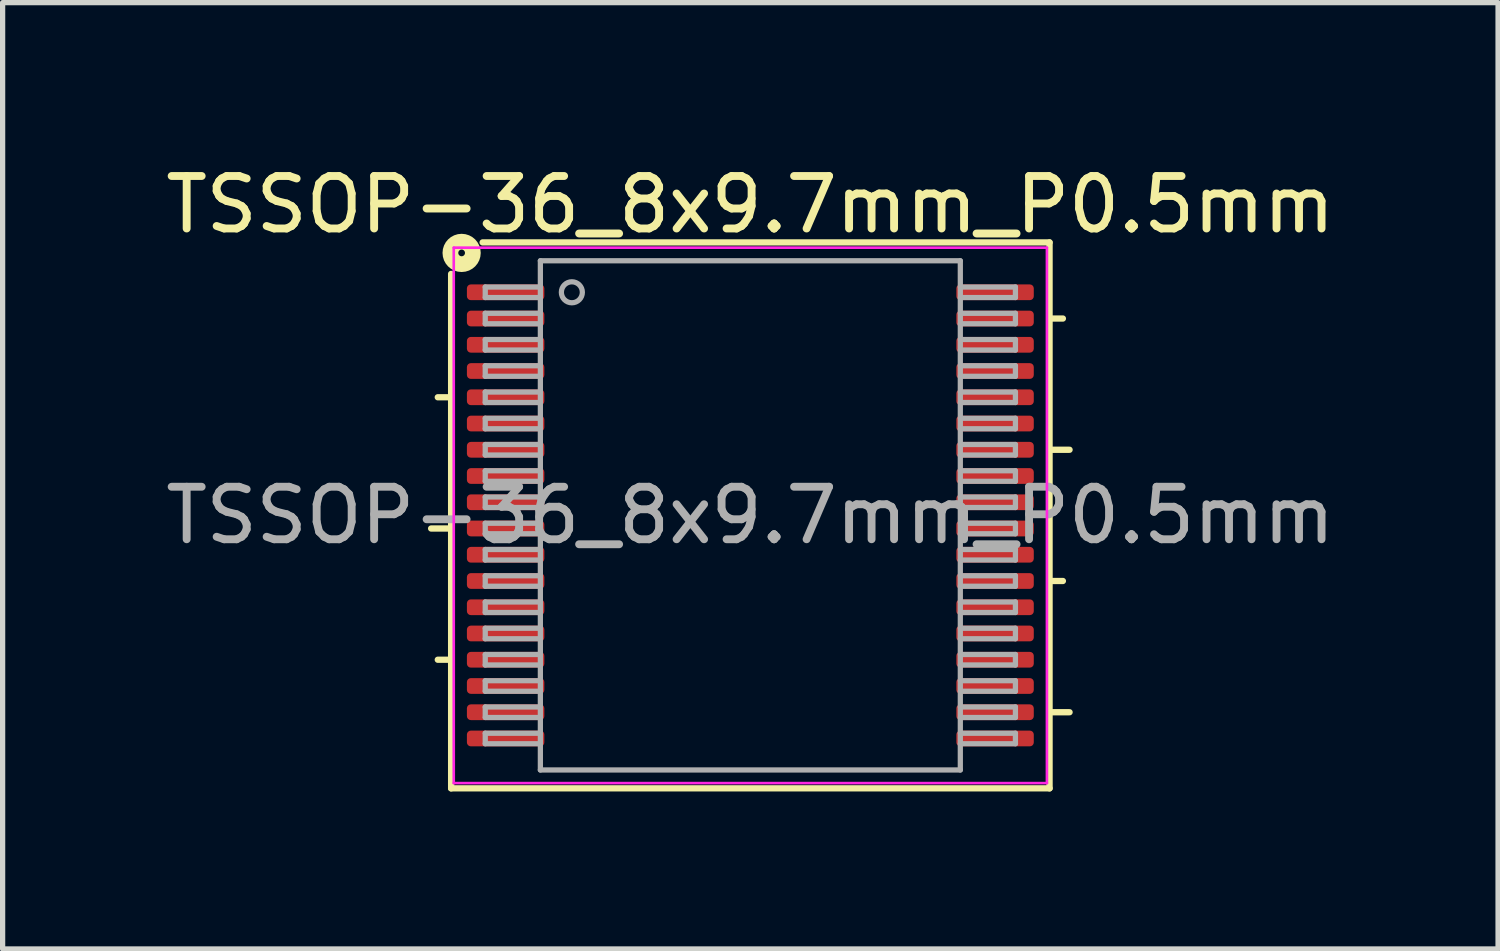
<source format=kicad_pcb>
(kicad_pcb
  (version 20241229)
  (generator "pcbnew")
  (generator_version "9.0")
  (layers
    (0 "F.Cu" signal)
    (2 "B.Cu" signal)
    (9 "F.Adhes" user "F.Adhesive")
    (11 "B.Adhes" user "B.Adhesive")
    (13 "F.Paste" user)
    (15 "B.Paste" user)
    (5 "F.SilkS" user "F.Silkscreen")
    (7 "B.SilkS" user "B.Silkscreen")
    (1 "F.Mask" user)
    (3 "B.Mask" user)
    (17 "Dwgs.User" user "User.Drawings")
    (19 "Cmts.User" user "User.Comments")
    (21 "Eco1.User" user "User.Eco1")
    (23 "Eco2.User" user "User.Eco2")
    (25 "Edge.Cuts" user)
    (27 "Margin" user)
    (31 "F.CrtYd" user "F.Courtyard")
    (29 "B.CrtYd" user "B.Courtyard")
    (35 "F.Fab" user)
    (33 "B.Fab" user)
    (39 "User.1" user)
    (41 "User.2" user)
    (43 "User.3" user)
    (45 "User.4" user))
  (footprint "TSSOP-36_8x9.7mm_P0.5mm"
    (layer "F.Cu")
    (at 11.244 6.768)
    (property "Reference" "TSSOP-36_8x9.7mm_P0.5mm" (at 0 -5.92 0) (layer "F.SilkS") (effects (font (size 1 1) (thickness 0.15))))
    (attr smd)
    (fp_line (start -5.7 -4.6) (end -5.7 5.2) (stroke (width 0.12) (type solid)) (layer "F.SilkS"))
    (fp_line (start -5.7 -2.25) (end -5.954 -2.25) (stroke (width 0.12) (type solid)) (layer "F.SilkS"))
    (fp_line (start -5.7 0.25) (end -6.081 0.25) (stroke (width 0.12) (type solid)) (layer "F.SilkS"))
    (fp_line (start -5.7 2.75) (end -5.954 2.75) (stroke (width 0.12) (type solid)) (layer "F.SilkS"))
    (fp_line (start -5.7 5.2) (end 5.7 5.2) (stroke (width 0.12) (type solid)) (layer "F.SilkS"))
    (fp_line (start 5.7 -5.2) (end -5.1 -5.2) (stroke (width 0.12) (type solid)) (layer "F.SilkS"))
    (fp_line (start 5.7 -3.75) (end 5.954 -3.75) (stroke (width 0.12) (type solid)) (layer "F.SilkS"))
    (fp_line (start 5.7 -1.25) (end 6.081 -1.25) (stroke (width 0.12) (type solid)) (layer "F.SilkS"))
    (fp_line (start 5.7 1.25) (end 5.954 1.25) (stroke (width 0.12) (type solid)) (layer "F.SilkS"))
    (fp_line (start 5.7 3.75) (end 6.081 3.75) (stroke (width 0.12) (type solid)) (layer "F.SilkS"))
    (fp_line (start 5.7 5.2) (end 5.7 -5.2) (stroke (width 0.12) (type solid)) (layer "F.SilkS"))
    (fp_circle (center -5.5 -5) (end -5.436 -5) (stroke (width 0.3) (type solid)) (fill no) (layer "F.SilkS"))
    (fp_line (start -5.65 -5.1) (end -5.65 5.1) (stroke (width 0.05) (type solid)) (layer "F.CrtYd"))
    (fp_line (start -5.65 5.1) (end 5.65 5.1) (stroke (width 0.05) (type solid)) (layer "F.CrtYd"))
    (fp_line (start 5.65 -5.1) (end -5.65 -5.1) (stroke (width 0.05) (type solid)) (layer "F.CrtYd"))
    (fp_line (start 5.65 5.1) (end 5.65 -5.1) (stroke (width 0.05) (type solid)) (layer "F.CrtYd"))
    (fp_line (start -5.05 -4.35) (end -5.05 -4.15) (stroke (width 0.1) (type solid)) (layer "F.Fab"))
    (fp_line (start -5.05 -4.35) (end -4 -4.35) (stroke (width 0.1) (type solid)) (layer "F.Fab"))
    (fp_line (start -5.05 -4.15) (end -4 -4.15) (stroke (width 0.1) (type solid)) (layer "F.Fab"))
    (fp_line (start -5.05 -3.85) (end -5.05 -3.65) (stroke (width 0.1) (type solid)) (layer "F.Fab"))
    (fp_line (start -5.05 -3.85) (end -4 -3.85) (stroke (width 0.1) (type solid)) (layer "F.Fab"))
    (fp_line (start -5.05 -3.65) (end -4 -3.65) (stroke (width 0.1) (type solid)) (layer "F.Fab"))
    (fp_line (start -5.05 -3.35) (end -5.05 -3.15) (stroke (width 0.1) (type solid)) (layer "F.Fab"))
    (fp_line (start -5.05 -3.35) (end -4 -3.35) (stroke (width 0.1) (type solid)) (layer "F.Fab"))
    (fp_line (start -5.05 -3.15) (end -4 -3.15) (stroke (width 0.1) (type solid)) (layer "F.Fab"))
    (fp_line (start -5.05 -2.85) (end -5.05 -2.65) (stroke (width 0.1) (type solid)) (layer "F.Fab"))
    (fp_line (start -5.05 -2.85) (end -4 -2.85) (stroke (width 0.1) (type solid)) (layer "F.Fab"))
    (fp_line (start -5.05 -2.65) (end -4 -2.65) (stroke (width 0.1) (type solid)) (layer "F.Fab"))
    (fp_line (start -5.05 -2.35) (end -5.05 -2.15) (stroke (width 0.1) (type solid)) (layer "F.Fab"))
    (fp_line (start -5.05 -2.35) (end -4 -2.35) (stroke (width 0.1) (type solid)) (layer "F.Fab"))
    (fp_line (start -5.05 -2.15) (end -4 -2.15) (stroke (width 0.1) (type solid)) (layer "F.Fab"))
    (fp_line (start -5.05 -1.85) (end -5.05 -1.65) (stroke (width 0.1) (type solid)) (layer "F.Fab"))
    (fp_line (start -5.05 -1.85) (end -4 -1.85) (stroke (width 0.1) (type solid)) (layer "F.Fab"))
    (fp_line (start -5.05 -1.65) (end -4 -1.65) (stroke (width 0.1) (type solid)) (layer "F.Fab"))
    (fp_line (start -5.05 -1.35) (end -5.05 -1.15) (stroke (width 0.1) (type solid)) (layer "F.Fab"))
    (fp_line (start -5.05 -1.35) (end -4 -1.35) (stroke (width 0.1) (type solid)) (layer "F.Fab"))
    (fp_line (start -5.05 -1.15) (end -4 -1.15) (stroke (width 0.1) (type solid)) (layer "F.Fab"))
    (fp_line (start -5.05 -0.85) (end -5.05 -0.65) (stroke (width 0.1) (type solid)) (layer "F.Fab"))
    (fp_line (start -5.05 -0.85) (end -4 -0.85) (stroke (width 0.1) (type solid)) (layer "F.Fab"))
    (fp_line (start -5.05 -0.65) (end -4 -0.65) (stroke (width 0.1) (type solid)) (layer "F.Fab"))
    (fp_line (start -5.05 -0.35) (end -5.05 -0.15) (stroke (width 0.1) (type solid)) (layer "F.Fab"))
    (fp_line (start -5.05 -0.35) (end -4 -0.35) (stroke (width 0.1) (type solid)) (layer "F.Fab"))
    (fp_line (start -5.05 -0.15) (end -4 -0.15) (stroke (width 0.1) (type solid)) (layer "F.Fab"))
    (fp_line (start -5.05 0.15) (end -5.05 0.35) (stroke (width 0.1) (type solid)) (layer "F.Fab"))
    (fp_line (start -5.05 0.15) (end -4 0.15) (stroke (width 0.1) (type solid)) (layer "F.Fab"))
    (fp_line (start -5.05 0.35) (end -4 0.35) (stroke (width 0.1) (type solid)) (layer "F.Fab"))
    (fp_line (start -5.05 0.65) (end -5.05 0.85) (stroke (width 0.1) (type solid)) (layer "F.Fab"))
    (fp_line (start -5.05 0.65) (end -4 0.65) (stroke (width 0.1) (type solid)) (layer "F.Fab"))
    (fp_line (start -5.05 0.85) (end -4 0.85) (stroke (width 0.1) (type solid)) (layer "F.Fab"))
    (fp_line (start -5.05 1.15) (end -5.05 1.35) (stroke (width 0.1) (type solid)) (layer "F.Fab"))
    (fp_line (start -5.05 1.15) (end -4 1.15) (stroke (width 0.1) (type solid)) (layer "F.Fab"))
    (fp_line (start -5.05 1.35) (end -4 1.35) (stroke (width 0.1) (type solid)) (layer "F.Fab"))
    (fp_line (start -5.05 1.65) (end -5.05 1.85) (stroke (width 0.1) (type solid)) (layer "F.Fab"))
    (fp_line (start -5.05 1.65) (end -4 1.65) (stroke (width 0.1) (type solid)) (layer "F.Fab"))
    (fp_line (start -5.05 1.85) (end -4 1.85) (stroke (width 0.1) (type solid)) (layer "F.Fab"))
    (fp_line (start -5.05 2.15) (end -5.05 2.35) (stroke (width 0.1) (type solid)) (layer "F.Fab"))
    (fp_line (start -5.05 2.15) (end -4 2.15) (stroke (width 0.1) (type solid)) (layer "F.Fab"))
    (fp_line (start -5.05 2.35) (end -4 2.35) (stroke (width 0.1) (type solid)) (layer "F.Fab"))
    (fp_line (start -5.05 2.65) (end -5.05 2.85) (stroke (width 0.1) (type solid)) (layer "F.Fab"))
    (fp_line (start -5.05 2.65) (end -4 2.65) (stroke (width 0.1) (type solid)) (layer "F.Fab"))
    (fp_line (start -5.05 2.85) (end -4 2.85) (stroke (width 0.1) (type solid)) (layer "F.Fab"))
    (fp_line (start -5.05 3.15) (end -5.05 3.35) (stroke (width 0.1) (type solid)) (layer "F.Fab"))
    (fp_line (start -5.05 3.15) (end -4 3.15) (stroke (width 0.1) (type solid)) (layer "F.Fab"))
    (fp_line (start -5.05 3.35) (end -4 3.35) (stroke (width 0.1) (type solid)) (layer "F.Fab"))
    (fp_line (start -5.05 3.65) (end -5.05 3.85) (stroke (width 0.1) (type solid)) (layer "F.Fab"))
    (fp_line (start -5.05 3.65) (end -4 3.65) (stroke (width 0.1) (type solid)) (layer "F.Fab"))
    (fp_line (start -5.05 3.85) (end -4 3.85) (stroke (width 0.1) (type solid)) (layer "F.Fab"))
    (fp_line (start -5.05 4.15) (end -5.05 4.35) (stroke (width 0.1) (type solid)) (layer "F.Fab"))
    (fp_line (start -5.05 4.15) (end -4 4.15) (stroke (width 0.1) (type solid)) (layer "F.Fab"))
    (fp_line (start -5.05 4.35) (end -4 4.35) (stroke (width 0.1) (type solid)) (layer "F.Fab"))
    (fp_line (start -4 -4.85) (end 4 -4.85) (stroke (width 0.1) (type solid)) (layer "F.Fab"))
    (fp_line (start -4 4.85) (end -4 -4.85) (stroke (width 0.1) (type solid)) (layer "F.Fab"))
    (fp_line (start 4 -4.85) (end 4 4.85) (stroke (width 0.1) (type solid)) (layer "F.Fab"))
    (fp_line (start 4 4.85) (end -4 4.85) (stroke (width 0.1) (type solid)) (layer "F.Fab"))
    (fp_line (start 5.05 -4.35) (end 4 -4.35) (stroke (width 0.1) (type solid)) (layer "F.Fab"))
    (fp_line (start 5.05 -4.15) (end 4 -4.15) (stroke (width 0.1) (type solid)) (layer "F.Fab"))
    (fp_line (start 5.05 -4.15) (end 5.05 -4.35) (stroke (width 0.1) (type solid)) (layer "F.Fab"))
    (fp_line (start 5.05 -3.85) (end 4 -3.85) (stroke (width 0.1) (type solid)) (layer "F.Fab"))
    (fp_line (start 5.05 -3.65) (end 4 -3.65) (stroke (width 0.1) (type solid)) (layer "F.Fab"))
    (fp_line (start 5.05 -3.65) (end 5.05 -3.85) (stroke (width 0.1) (type solid)) (layer "F.Fab"))
    (fp_line (start 5.05 -3.35) (end 4 -3.35) (stroke (width 0.1) (type solid)) (layer "F.Fab"))
    (fp_line (start 5.05 -3.15) (end 4 -3.15) (stroke (width 0.1) (type solid)) (layer "F.Fab"))
    (fp_line (start 5.05 -3.15) (end 5.05 -3.35) (stroke (width 0.1) (type solid)) (layer "F.Fab"))
    (fp_line (start 5.05 -2.85) (end 4 -2.85) (stroke (width 0.1) (type solid)) (layer "F.Fab"))
    (fp_line (start 5.05 -2.65) (end 4 -2.65) (stroke (width 0.1) (type solid)) (layer "F.Fab"))
    (fp_line (start 5.05 -2.65) (end 5.05 -2.85) (stroke (width 0.1) (type solid)) (layer "F.Fab"))
    (fp_line (start 5.05 -2.35) (end 4 -2.35) (stroke (width 0.1) (type solid)) (layer "F.Fab"))
    (fp_line (start 5.05 -2.15) (end 4 -2.15) (stroke (width 0.1) (type solid)) (layer "F.Fab"))
    (fp_line (start 5.05 -2.15) (end 5.05 -2.35) (stroke (width 0.1) (type solid)) (layer "F.Fab"))
    (fp_line (start 5.05 -1.85) (end 4 -1.85) (stroke (width 0.1) (type solid)) (layer "F.Fab"))
    (fp_line (start 5.05 -1.65) (end 4 -1.65) (stroke (width 0.1) (type solid)) (layer "F.Fab"))
    (fp_line (start 5.05 -1.65) (end 5.05 -1.85) (stroke (width 0.1) (type solid)) (layer "F.Fab"))
    (fp_line (start 5.05 -1.35) (end 4 -1.35) (stroke (width 0.1) (type solid)) (layer "F.Fab"))
    (fp_line (start 5.05 -1.15) (end 4 -1.15) (stroke (width 0.1) (type solid)) (layer "F.Fab"))
    (fp_line (start 5.05 -1.15) (end 5.05 -1.35) (stroke (width 0.1) (type solid)) (layer "F.Fab"))
    (fp_line (start 5.05 -0.85) (end 4 -0.85) (stroke (width 0.1) (type solid)) (layer "F.Fab"))
    (fp_line (start 5.05 -0.65) (end 4 -0.65) (stroke (width 0.1) (type solid)) (layer "F.Fab"))
    (fp_line (start 5.05 -0.65) (end 5.05 -0.85) (stroke (width 0.1) (type solid)) (layer "F.Fab"))
    (fp_line (start 5.05 -0.35) (end 4 -0.35) (stroke (width 0.1) (type solid)) (layer "F.Fab"))
    (fp_line (start 5.05 -0.15) (end 4 -0.15) (stroke (width 0.1) (type solid)) (layer "F.Fab"))
    (fp_line (start 5.05 -0.15) (end 5.05 -0.35) (stroke (width 0.1) (type solid)) (layer "F.Fab"))
    (fp_line (start 5.05 0.15) (end 4 0.15) (stroke (width 0.1) (type solid)) (layer "F.Fab"))
    (fp_line (start 5.05 0.35) (end 4 0.35) (stroke (width 0.1) (type solid)) (layer "F.Fab"))
    (fp_line (start 5.05 0.35) (end 5.05 0.15) (stroke (width 0.1) (type solid)) (layer "F.Fab"))
    (fp_line (start 5.05 0.65) (end 4 0.65) (stroke (width 0.1) (type solid)) (layer "F.Fab"))
    (fp_line (start 5.05 0.85) (end 4 0.85) (stroke (width 0.1) (type solid)) (layer "F.Fab"))
    (fp_line (start 5.05 0.85) (end 5.05 0.65) (stroke (width 0.1) (type solid)) (layer "F.Fab"))
    (fp_line (start 5.05 1.15) (end 4 1.15) (stroke (width 0.1) (type solid)) (layer "F.Fab"))
    (fp_line (start 5.05 1.35) (end 4 1.35) (stroke (width 0.1) (type solid)) (layer "F.Fab"))
    (fp_line (start 5.05 1.35) (end 5.05 1.15) (stroke (width 0.1) (type solid)) (layer "F.Fab"))
    (fp_line (start 5.05 1.65) (end 4 1.65) (stroke (width 0.1) (type solid)) (layer "F.Fab"))
    (fp_line (start 5.05 1.85) (end 4 1.85) (stroke (width 0.1) (type solid)) (layer "F.Fab"))
    (fp_line (start 5.05 1.85) (end 5.05 1.65) (stroke (width 0.1) (type solid)) (layer "F.Fab"))
    (fp_line (start 5.05 2.15) (end 4 2.15) (stroke (width 0.1) (type solid)) (layer "F.Fab"))
    (fp_line (start 5.05 2.35) (end 4 2.35) (stroke (width 0.1) (type solid)) (layer "F.Fab"))
    (fp_line (start 5.05 2.35) (end 5.05 2.15) (stroke (width 0.1) (type solid)) (layer "F.Fab"))
    (fp_line (start 5.05 2.65) (end 4 2.65) (stroke (width 0.1) (type solid)) (layer "F.Fab"))
    (fp_line (start 5.05 2.85) (end 4 2.85) (stroke (width 0.1) (type solid)) (layer "F.Fab"))
    (fp_line (start 5.05 2.85) (end 5.05 2.65) (stroke (width 0.1) (type solid)) (layer "F.Fab"))
    (fp_line (start 5.05 3.15) (end 4 3.15) (stroke (width 0.1) (type solid)) (layer "F.Fab"))
    (fp_line (start 5.05 3.35) (end 4 3.35) (stroke (width 0.1) (type solid)) (layer "F.Fab"))
    (fp_line (start 5.05 3.35) (end 5.05 3.15) (stroke (width 0.1) (type solid)) (layer "F.Fab"))
    (fp_line (start 5.05 3.65) (end 4 3.65) (stroke (width 0.1) (type solid)) (layer "F.Fab"))
    (fp_line (start 5.05 3.85) (end 4 3.85) (stroke (width 0.1) (type solid)) (layer "F.Fab"))
    (fp_line (start 5.05 3.85) (end 5.05 3.65) (stroke (width 0.1) (type solid)) (layer "F.Fab"))
    (fp_line (start 5.05 4.15) (end 4 4.15) (stroke (width 0.1) (type solid)) (layer "F.Fab"))
    (fp_line (start 5.05 4.35) (end 4 4.35) (stroke (width 0.1) (type solid)) (layer "F.Fab"))
    (fp_line (start 5.05 4.35) (end 5.05 4.15) (stroke (width 0.1) (type solid)) (layer "F.Fab"))
    (fp_circle (center -3.4 -4.25) (end -3.2 -4.25) (stroke (width 0.1) (type solid)) (fill no) (layer "F.Fab"))
    (fp_text user "${REFERENCE}" (at 0 0 0) (layer "F.Fab") (effects (font (size 1 1) (thickness 0.15))))
    (pad "1" smd roundrect (at -4.662 -4.25) (size 1.475 0.3) (layers "F.Cu" "F.Mask" "F.Paste") (roundrect_rratio 0.25))
    (pad "2" smd roundrect (at -4.662 -3.75) (size 1.475 0.3) (layers "F.Cu" "F.Mask" "F.Paste") (roundrect_rratio 0.25))
    (pad "3" smd roundrect (at -4.662 -3.25) (size 1.475 0.3) (layers "F.Cu" "F.Mask" "F.Paste") (roundrect_rratio 0.25))
    (pad "4" smd roundrect (at -4.662 -2.75) (size 1.475 0.3) (layers "F.Cu" "F.Mask" "F.Paste") (roundrect_rratio 0.25))
    (pad "5" smd roundrect (at -4.662 -2.25) (size 1.475 0.3) (layers "F.Cu" "F.Mask" "F.Paste") (roundrect_rratio 0.25))
    (pad "6" smd roundrect (at -4.662 -1.75) (size 1.475 0.3) (layers "F.Cu" "F.Mask" "F.Paste") (roundrect_rratio 0.25))
    (pad "7" smd roundrect (at -4.662 -1.25) (size 1.475 0.3) (layers "F.Cu" "F.Mask" "F.Paste") (roundrect_rratio 0.25))
    (pad "8" smd roundrect (at -4.662 -0.75) (size 1.475 0.3) (layers "F.Cu" "F.Mask" "F.Paste") (roundrect_rratio 0.25))
    (pad "9" smd roundrect (at -4.662 -0.25) (size 1.475 0.3) (layers "F.Cu" "F.Mask" "F.Paste") (roundrect_rratio 0.25))
    (pad "10" smd roundrect (at -4.662 0.25) (size 1.475 0.3) (layers "F.Cu" "F.Mask" "F.Paste") (roundrect_rratio 0.25))
    (pad "11" smd roundrect (at -4.662 0.75) (size 1.475 0.3) (layers "F.Cu" "F.Mask" "F.Paste") (roundrect_rratio 0.25))
    (pad "12" smd roundrect (at -4.662 1.25) (size 1.475 0.3) (layers "F.Cu" "F.Mask" "F.Paste") (roundrect_rratio 0.25))
    (pad "13" smd roundrect (at -4.662 1.75) (size 1.475 0.3) (layers "F.Cu" "F.Mask" "F.Paste") (roundrect_rratio 0.25))
    (pad "14" smd roundrect (at -4.662 2.25) (size 1.475 0.3) (layers "F.Cu" "F.Mask" "F.Paste") (roundrect_rratio 0.25))
    (pad "15" smd roundrect (at -4.662 2.75) (size 1.475 0.3) (layers "F.Cu" "F.Mask" "F.Paste") (roundrect_rratio 0.25))
    (pad "16" smd roundrect (at -4.662 3.25) (size 1.475 0.3) (layers "F.Cu" "F.Mask" "F.Paste") (roundrect_rratio 0.25))
    (pad "17" smd roundrect (at -4.662 3.75) (size 1.475 0.3) (layers "F.Cu" "F.Mask" "F.Paste") (roundrect_rratio 0.25))
    (pad "18" smd roundrect (at -4.662 4.25) (size 1.475 0.3) (layers "F.Cu" "F.Mask" "F.Paste") (roundrect_rratio 0.25))
    (pad "19" smd roundrect (at 4.662 4.25) (size 1.475 0.3) (layers "F.Cu" "F.Mask" "F.Paste") (roundrect_rratio 0.25))
    (pad "20" smd roundrect (at 4.662 3.75) (size 1.475 0.3) (layers "F.Cu" "F.Mask" "F.Paste") (roundrect_rratio 0.25))
    (pad "21" smd roundrect (at 4.662 3.25) (size 1.475 0.3) (layers "F.Cu" "F.Mask" "F.Paste") (roundrect_rratio 0.25))
    (pad "22" smd roundrect (at 4.662 2.75) (size 1.475 0.3) (layers "F.Cu" "F.Mask" "F.Paste") (roundrect_rratio 0.25))
    (pad "23" smd roundrect (at 4.662 2.25) (size 1.475 0.3) (layers "F.Cu" "F.Mask" "F.Paste") (roundrect_rratio 0.25))
    (pad "24" smd roundrect (at 4.662 1.75) (size 1.475 0.3) (layers "F.Cu" "F.Mask" "F.Paste") (roundrect_rratio 0.25))
    (pad "25" smd roundrect (at 4.662 1.25) (size 1.475 0.3) (layers "F.Cu" "F.Mask" "F.Paste") (roundrect_rratio 0.25))
    (pad "26" smd roundrect (at 4.662 0.75) (size 1.475 0.3) (layers "F.Cu" "F.Mask" "F.Paste") (roundrect_rratio 0.25))
    (pad "27" smd roundrect (at 4.662 0.25) (size 1.475 0.3) (layers "F.Cu" "F.Mask" "F.Paste") (roundrect_rratio 0.25))
    (pad "28" smd roundrect (at 4.662 -0.25) (size 1.475 0.3) (layers "F.Cu" "F.Mask" "F.Paste") (roundrect_rratio 0.25))
    (pad "29" smd roundrect (at 4.662 -0.75) (size 1.475 0.3) (layers "F.Cu" "F.Mask" "F.Paste") (roundrect_rratio 0.25))
    (pad "30" smd roundrect (at 4.662 -1.25) (size 1.475 0.3) (layers "F.Cu" "F.Mask" "F.Paste") (roundrect_rratio 0.25))
    (pad "31" smd roundrect (at 4.662 -1.75) (size 1.475 0.3) (layers "F.Cu" "F.Mask" "F.Paste") (roundrect_rratio 0.25))
    (pad "32" smd roundrect (at 4.662 -2.25) (size 1.475 0.3) (layers "F.Cu" "F.Mask" "F.Paste") (roundrect_rratio 0.25))
    (pad "33" smd roundrect (at 4.662 -2.75) (size 1.475 0.3) (layers "F.Cu" "F.Mask" "F.Paste") (roundrect_rratio 0.25))
    (pad "34" smd roundrect (at 4.662 -3.25) (size 1.475 0.3) (layers "F.Cu" "F.Mask" "F.Paste") (roundrect_rratio 0.25))
    (pad "35" smd roundrect (at 4.662 -3.75) (size 1.475 0.3) (layers "F.Cu" "F.Mask" "F.Paste") (roundrect_rratio 0.25))
    (pad "36" smd roundrect (at 4.662 -4.25) (size 1.475 0.3) (layers "F.Cu" "F.Mask" "F.Paste") (roundrect_rratio 0.25)))
  (gr_rect
    (start -3 -3)
    (end 25.488 15.028)
    (stroke (width 0.1) (type default))
    (fill no)
    (layer "Edge.Cuts")))
</source>
